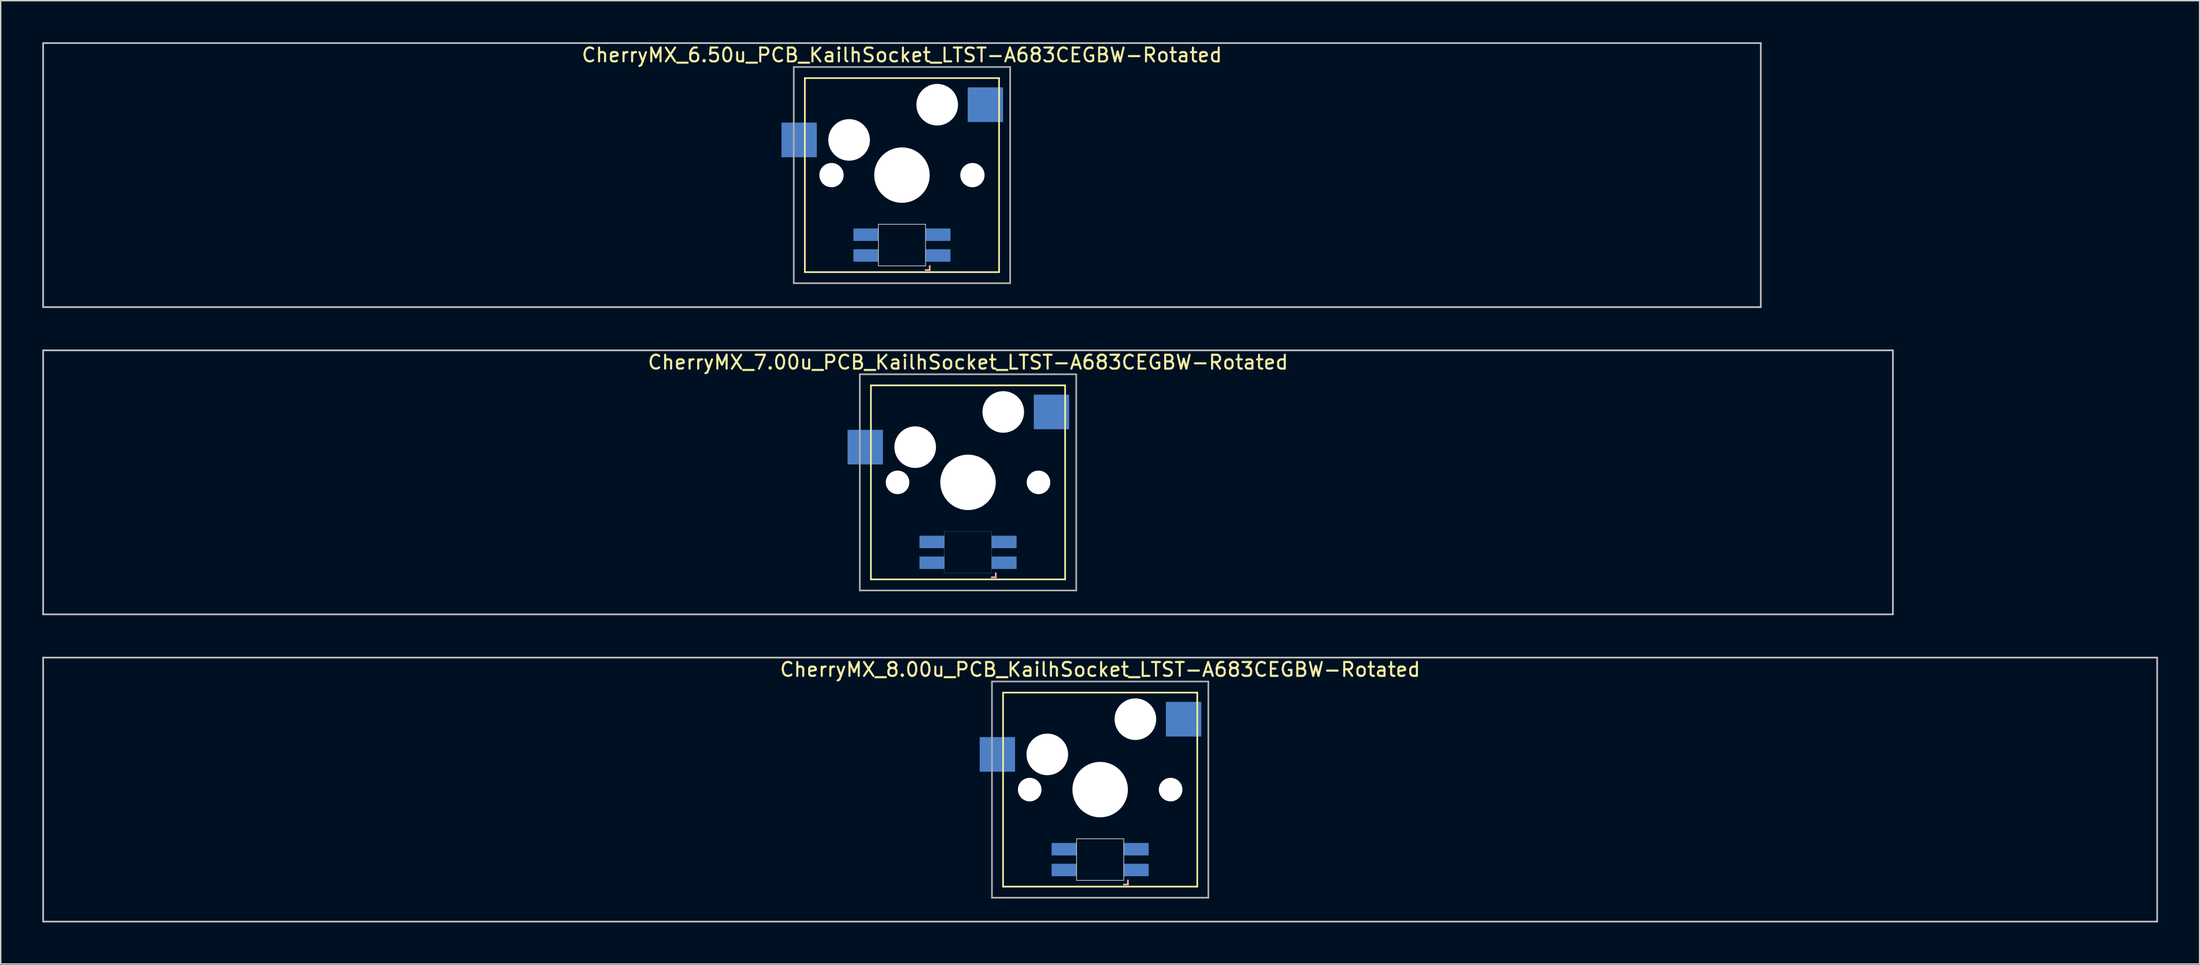
<source format=kicad_pcb>
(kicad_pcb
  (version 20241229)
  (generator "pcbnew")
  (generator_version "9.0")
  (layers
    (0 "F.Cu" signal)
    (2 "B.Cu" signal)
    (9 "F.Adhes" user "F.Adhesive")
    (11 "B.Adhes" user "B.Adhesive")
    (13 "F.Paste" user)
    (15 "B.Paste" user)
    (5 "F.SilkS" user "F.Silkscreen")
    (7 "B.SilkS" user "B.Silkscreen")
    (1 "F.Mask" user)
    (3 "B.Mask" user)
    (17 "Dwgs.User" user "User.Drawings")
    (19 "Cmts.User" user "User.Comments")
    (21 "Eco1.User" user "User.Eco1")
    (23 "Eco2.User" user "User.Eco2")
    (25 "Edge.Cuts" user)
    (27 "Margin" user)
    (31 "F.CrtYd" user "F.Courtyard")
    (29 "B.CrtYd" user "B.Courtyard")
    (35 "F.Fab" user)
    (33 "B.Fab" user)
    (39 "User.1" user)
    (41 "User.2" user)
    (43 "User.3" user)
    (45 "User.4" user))
  (footprint "CherryMX_6.50u_PCB_KailhSocket_LTST-A683CEGBW-Rotated"
    (layer "F.Cu")
    (at 61.972 9.585)
    (property "Reference" "CherryMX_6.50u_PCB_KailhSocket_LTST-A683CEGBW-Rotated" (at 0 -8.662 0) (layer "F.SilkS") (effects (font (size 1 1) (thickness 0.15))))
    (attr through_hole)
    (fp_line (start -7 -7) (end -7 7) (stroke (width 0.12) (type solid)) (layer "F.SilkS"))
    (fp_line (start -7 -7) (end 7 -7) (stroke (width 0.12) (type solid)) (layer "F.SilkS"))
    (fp_line (start 7 -7) (end 7 7) (stroke (width 0.12) (type solid)) (layer "F.SilkS"))
    (fp_line (start 7 7) (end -7 7) (stroke (width 0.12) (type solid)) (layer "F.SilkS"))
    (fp_line (start 1.7 6.85) (end 2 6.85) (stroke (width 0.12) (type solid)) (layer "B.SilkS"))
    (fp_line (start 2 6.85) (end 2 6.55) (stroke (width 0.12) (type solid)) (layer "B.SilkS"))
    (fp_line (start -61.913 -9.525) (end 61.913 -9.525) (stroke (width 0.12) (type solid)) (layer "Dwgs.User"))
    (fp_line (start -61.913 9.525) (end -61.913 -9.525) (stroke (width 0.12) (type solid)) (layer "Dwgs.User"))
    (fp_line (start 61.913 -9.525) (end 61.913 9.525) (stroke (width 0.12) (type solid)) (layer "Dwgs.User"))
    (fp_line (start 61.913 9.525) (end -61.913 9.525) (stroke (width 0.12) (type solid)) (layer "Dwgs.User"))
    (fp_line (start -1.7 3.55) (end 1.7 3.55) (stroke (width 0.05) (type solid)) (layer "Edge.Cuts"))
    (fp_line (start -1.7 6.55) (end -1.7 3.55) (stroke (width 0.05) (type solid)) (layer "Edge.Cuts"))
    (fp_line (start 1.7 3.55) (end 1.7 6.55) (stroke (width 0.05) (type solid)) (layer "Edge.Cuts"))
    (fp_line (start 1.7 6.55) (end -1.7 6.55) (stroke (width 0.05) (type solid)) (layer "Edge.Cuts"))
    (fp_line (start -7.8 -7.8) (end -7.8 7.8) (stroke (width 0.12) (type solid)) (layer "F.Fab"))
    (fp_line (start -7.8 -7.8) (end 7.8 -7.8) (stroke (width 0.12) (type solid)) (layer "F.Fab"))
    (fp_line (start -7.8 7.8) (end 7.8 7.8) (stroke (width 0.12) (type solid)) (layer "F.Fab"))
    (fp_line (start 7.8 -7.8) (end 7.8 7.8) (stroke (width 0.12) (type solid)) (layer "F.Fab"))
    (pad "" np_thru_hole circle (at -5.08 0) (size 1.75 1.75) (drill 1.75) (layers "*.Cu" "*.Mask"))
    (pad "" np_thru_hole circle (at -3.81 -2.54) (size 3 3) (drill 3) (layers "*.Cu" "*.Mask"))
    (pad "" np_thru_hole circle (at 0 0) (size 4 4) (drill 4) (layers "*.Cu" "*.Mask"))
    (pad "" np_thru_hole circle (at 2.54 -5.08) (size 3 3) (drill 3) (layers "*.Cu" "*.Mask"))
    (pad "" np_thru_hole circle (at 5.08 0) (size 1.75 1.75) (drill 1.75) (layers "*.Cu" "*.Mask"))
    (pad "1" smd rect (at -7.41 -2.54) (size 2.55 2.5) (layers "B.Cu" "B.Mask" "B.Paste"))
    (pad "2" smd rect (at 6.015 -5.08) (size 2.55 2.5) (layers "B.Cu" "B.Mask" "B.Paste"))
    (pad "3" smd rect (at 2.6 5.8 180) (size 1.8 0.9) (layers "B.Cu" "B.Mask" "B.Paste"))
    (pad "4" smd rect (at 2.6 4.3 180) (size 1.8 0.9) (layers "B.Cu" "B.Mask" "B.Paste"))
    (pad "5" smd rect (at -2.6 5.8 180) (size 1.8 0.9) (layers "B.Cu" "B.Mask" "B.Paste"))
    (pad "6" smd rect (at -2.6 4.3 180) (size 1.8 0.9) (layers "B.Cu" "B.Mask" "B.Paste")))
  (footprint "CherryMX_8.00u_PCB_KailhSocket_LTST-A683CEGBW-Rotated"
    (layer "F.Cu")
    (at 76.26 53.925)
    (property "Reference" "CherryMX_8.00u_PCB_KailhSocket_LTST-A683CEGBW-Rotated" (at 0 -8.662 0) (layer "F.SilkS") (effects (font (size 1 1) (thickness 0.15))))
    (attr through_hole)
    (fp_line (start -7 -7) (end -7 7) (stroke (width 0.12) (type solid)) (layer "F.SilkS"))
    (fp_line (start -7 -7) (end 7 -7) (stroke (width 0.12) (type solid)) (layer "F.SilkS"))
    (fp_line (start 7 -7) (end 7 7) (stroke (width 0.12) (type solid)) (layer "F.SilkS"))
    (fp_line (start 7 7) (end -7 7) (stroke (width 0.12) (type solid)) (layer "F.SilkS"))
    (fp_line (start 1.7 6.85) (end 2 6.85) (stroke (width 0.12) (type solid)) (layer "B.SilkS"))
    (fp_line (start 2 6.85) (end 2 6.55) (stroke (width 0.12) (type solid)) (layer "B.SilkS"))
    (fp_line (start -76.2 -9.525) (end 76.2 -9.525) (stroke (width 0.12) (type solid)) (layer "Dwgs.User"))
    (fp_line (start -76.2 9.525) (end -76.2 -9.525) (stroke (width 0.12) (type solid)) (layer "Dwgs.User"))
    (fp_line (start 76.2 -9.525) (end 76.2 9.525) (stroke (width 0.12) (type solid)) (layer "Dwgs.User"))
    (fp_line (start 76.2 9.525) (end -76.2 9.525) (stroke (width 0.12) (type solid)) (layer "Dwgs.User"))
    (fp_line (start -1.7 3.55) (end 1.7 3.55) (stroke (width 0.05) (type solid)) (layer "Edge.Cuts"))
    (fp_line (start -1.7 6.55) (end -1.7 3.55) (stroke (width 0.05) (type solid)) (layer "Edge.Cuts"))
    (fp_line (start 1.7 3.55) (end 1.7 6.55) (stroke (width 0.05) (type solid)) (layer "Edge.Cuts"))
    (fp_line (start 1.7 6.55) (end -1.7 6.55) (stroke (width 0.05) (type solid)) (layer "Edge.Cuts"))
    (fp_line (start -7.8 -7.8) (end -7.8 7.8) (stroke (width 0.12) (type solid)) (layer "F.Fab"))
    (fp_line (start -7.8 -7.8) (end 7.8 -7.8) (stroke (width 0.12) (type solid)) (layer "F.Fab"))
    (fp_line (start -7.8 7.8) (end 7.8 7.8) (stroke (width 0.12) (type solid)) (layer "F.Fab"))
    (fp_line (start 7.8 -7.8) (end 7.8 7.8) (stroke (width 0.12) (type solid)) (layer "F.Fab"))
    (pad "" np_thru_hole circle (at -5.08 0) (size 1.7 1.7) (drill 1.7) (layers "*.Cu" "*.Mask"))
    (pad "" np_thru_hole circle (at -3.81 -2.54) (size 3 3) (drill 3) (layers "*.Cu" "*.Mask"))
    (pad "" np_thru_hole circle (at 0 0) (size 4 4) (drill 4) (layers "*.Cu" "*.Mask"))
    (pad "" np_thru_hole circle (at 2.54 -5.08) (size 3 3) (drill 3) (layers "*.Cu" "*.Mask"))
    (pad "" np_thru_hole circle (at 5.08 0) (size 1.7 1.7) (drill 1.7) (layers "*.Cu" "*.Mask"))
    (pad "1" smd rect (at -7.41 -2.54) (size 2.55 2.5) (layers "B.Cu" "B.Mask" "B.Paste"))
    (pad "2" smd rect (at 6.015 -5.08) (size 2.55 2.5) (layers "B.Cu" "B.Mask" "B.Paste"))
    (pad "3" smd rect (at 2.6 5.8 180) (size 1.8 0.9) (layers "B.Cu" "B.Mask" "B.Paste"))
    (pad "4" smd rect (at 2.6 4.3 180) (size 1.8 0.9) (layers "B.Cu" "B.Mask" "B.Paste"))
    (pad "5" smd rect (at -2.6 5.8 180) (size 1.8 0.9) (layers "B.Cu" "B.Mask" "B.Paste"))
    (pad "6" smd rect (at -2.6 4.3 180) (size 1.8 0.9) (layers "B.Cu" "B.Mask" "B.Paste")))
  (footprint "CherryMX_7.00u_PCB_KailhSocket_LTST-A683CEGBW-Rotated"
    (layer "F.Cu")
    (at 66.735 31.755)
    (property "Reference" "CherryMX_7.00u_PCB_KailhSocket_LTST-A683CEGBW-Rotated" (at 0 -8.662 0) (layer "F.SilkS") (effects (font (size 1 1) (thickness 0.15))))
    (attr through_hole)
    (fp_line (start -7 -7) (end -7 7) (stroke (width 0.12) (type solid)) (layer "F.SilkS"))
    (fp_line (start -7 -7) (end 7 -7) (stroke (width 0.12) (type solid)) (layer "F.SilkS"))
    (fp_line (start 7 -7) (end 7 7) (stroke (width 0.12) (type solid)) (layer "F.SilkS"))
    (fp_line (start 7 7) (end -7 7) (stroke (width 0.12) (type solid)) (layer "F.SilkS"))
    (fp_line (start 1.7 6.85) (end 2 6.85) (stroke (width 0.12) (type solid)) (layer "B.SilkS"))
    (fp_line (start 2 6.85) (end 2 6.55) (stroke (width 0.12) (type solid)) (layer "B.SilkS"))
    (fp_line (start -66.675 -9.525) (end 66.675 -9.525) (stroke (width 0.12) (type solid)) (layer "Dwgs.User"))
    (fp_line (start -66.675 9.525) (end -66.675 -9.525) (stroke (width 0.12) (type solid)) (layer "Dwgs.User"))
    (fp_line (start 66.675 -9.525) (end 66.675 9.525) (stroke (width 0.12) (type solid)) (layer "Dwgs.User"))
    (fp_line (start 66.675 9.525) (end -66.675 9.525) (stroke (width 0.12) (type solid)) (layer "Dwgs.User"))
    (fp_poly (pts (xy -1.7 3.55) (xy 1.7 3.55) (xy 1.7 6.55) (xy -1.7 6.55)) (stroke (width 0.01) (type solid)) (fill no) (layer "Edge.Cuts"))
    (fp_line (start -7.8 -7.8) (end -7.8 7.8) (stroke (width 0.12) (type solid)) (layer "F.Fab"))
    (fp_line (start -7.8 -7.8) (end 7.8 -7.8) (stroke (width 0.12) (type solid)) (layer "F.Fab"))
    (fp_line (start -7.8 7.8) (end 7.8 7.8) (stroke (width 0.12) (type solid)) (layer "F.Fab"))
    (fp_line (start 7.8 -7.8) (end 7.8 7.8) (stroke (width 0.12) (type solid)) (layer "F.Fab"))
    (pad "" np_thru_hole circle (at -5.08 0) (size 1.7 1.7) (drill 1.7) (layers "*.Cu" "*.Mask"))
    (pad "" np_thru_hole circle (at -3.81 -2.54) (size 3 3) (drill 3) (layers "*.Cu" "*.Mask"))
    (pad "" np_thru_hole circle (at 0 0) (size 4 4) (drill 4) (layers "*.Cu" "*.Mask"))
    (pad "" np_thru_hole circle (at 2.54 -5.08) (size 3 3) (drill 3) (layers "*.Cu" "*.Mask"))
    (pad "" np_thru_hole circle (at 5.08 0) (size 1.7 1.7) (drill 1.7) (layers "*.Cu" "*.Mask"))
    (pad "1" smd rect (at -7.41 -2.54) (size 2.55 2.5) (layers "B.Cu" "B.Mask" "B.Paste"))
    (pad "2" smd rect (at 6.015 -5.08) (size 2.55 2.5) (layers "B.Cu" "B.Mask" "B.Paste"))
    (pad "3" smd rect (at 2.6 5.8 180) (size 1.8 0.9) (layers "B.Cu" "B.Mask" "B.Paste"))
    (pad "4" smd rect (at 2.6 4.3 180) (size 1.8 0.9) (layers "B.Cu" "B.Mask" "B.Paste"))
    (pad "5" smd rect (at -2.6 5.8 180) (size 1.8 0.9) (layers "B.Cu" "B.Mask" "B.Paste"))
    (pad "6" smd rect (at -2.6 4.3 180) (size 1.8 0.9) (layers "B.Cu" "B.Mask" "B.Paste")))
  (gr_rect
    (start -3 -3)
    (end 155.52 66.51)
    (stroke (width 0.1) (type default))
    (fill no)
    (layer "Edge.Cuts")))
</source>
